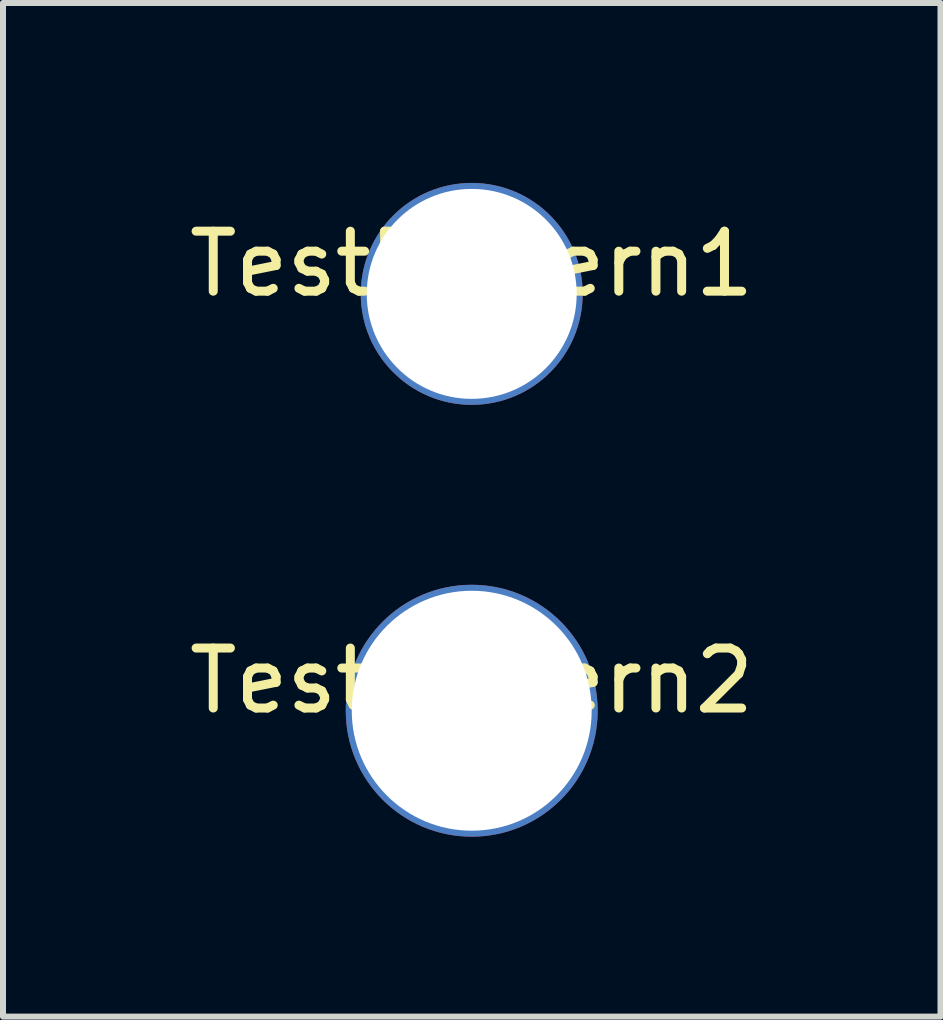
<source format=kicad_pcb>
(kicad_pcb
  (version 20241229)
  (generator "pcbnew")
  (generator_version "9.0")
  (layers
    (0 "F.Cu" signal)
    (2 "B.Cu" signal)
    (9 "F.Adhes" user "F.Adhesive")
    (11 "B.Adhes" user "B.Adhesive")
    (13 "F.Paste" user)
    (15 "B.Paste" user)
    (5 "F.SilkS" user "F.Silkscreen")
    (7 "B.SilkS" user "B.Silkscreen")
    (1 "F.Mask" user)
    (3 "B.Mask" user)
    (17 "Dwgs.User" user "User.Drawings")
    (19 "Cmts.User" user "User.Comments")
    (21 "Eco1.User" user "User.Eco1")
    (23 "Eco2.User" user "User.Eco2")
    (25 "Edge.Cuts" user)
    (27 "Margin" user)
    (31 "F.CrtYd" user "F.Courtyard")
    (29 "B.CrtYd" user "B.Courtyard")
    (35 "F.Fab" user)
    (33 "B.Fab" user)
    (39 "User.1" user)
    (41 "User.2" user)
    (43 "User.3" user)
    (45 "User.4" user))
  (footprint "TestPattern1"
    (layer "F.Cu")
    (at 4.815 1.85)
    (property "Reference" "TestPattern1" (at 0 -0.5 0) (unlocked yes) (layer "F.SilkS") (effects (font (size 1 1) (thickness 0.15))))
    (attr through_hole)
    (pad "1" thru_hole circle (at 0 0) (size 3.7 3.7) (drill 3.5) (layers "*.Cu" "*.Mask")))
  (footprint "TestPattern2"
    (layer "F.Cu")
    (at 4.815 8.8)
    (property "Reference" "TestPattern2" (at 0 -0.5 0) (unlocked yes) (layer "F.SilkS") (effects (font (size 1 1) (thickness 0.15))))
    (attr through_hole)
    (pad "1" thru_hole circle (at 0 0) (size 4.2 4.2) (drill 4) (layers "*.Cu" "*.Mask")))
  (gr_rect
    (start -3 -3)
    (end 12.631 13.9)
    (stroke (width 0.1) (type default))
    (fill no)
    (layer "Edge.Cuts")))
</source>
